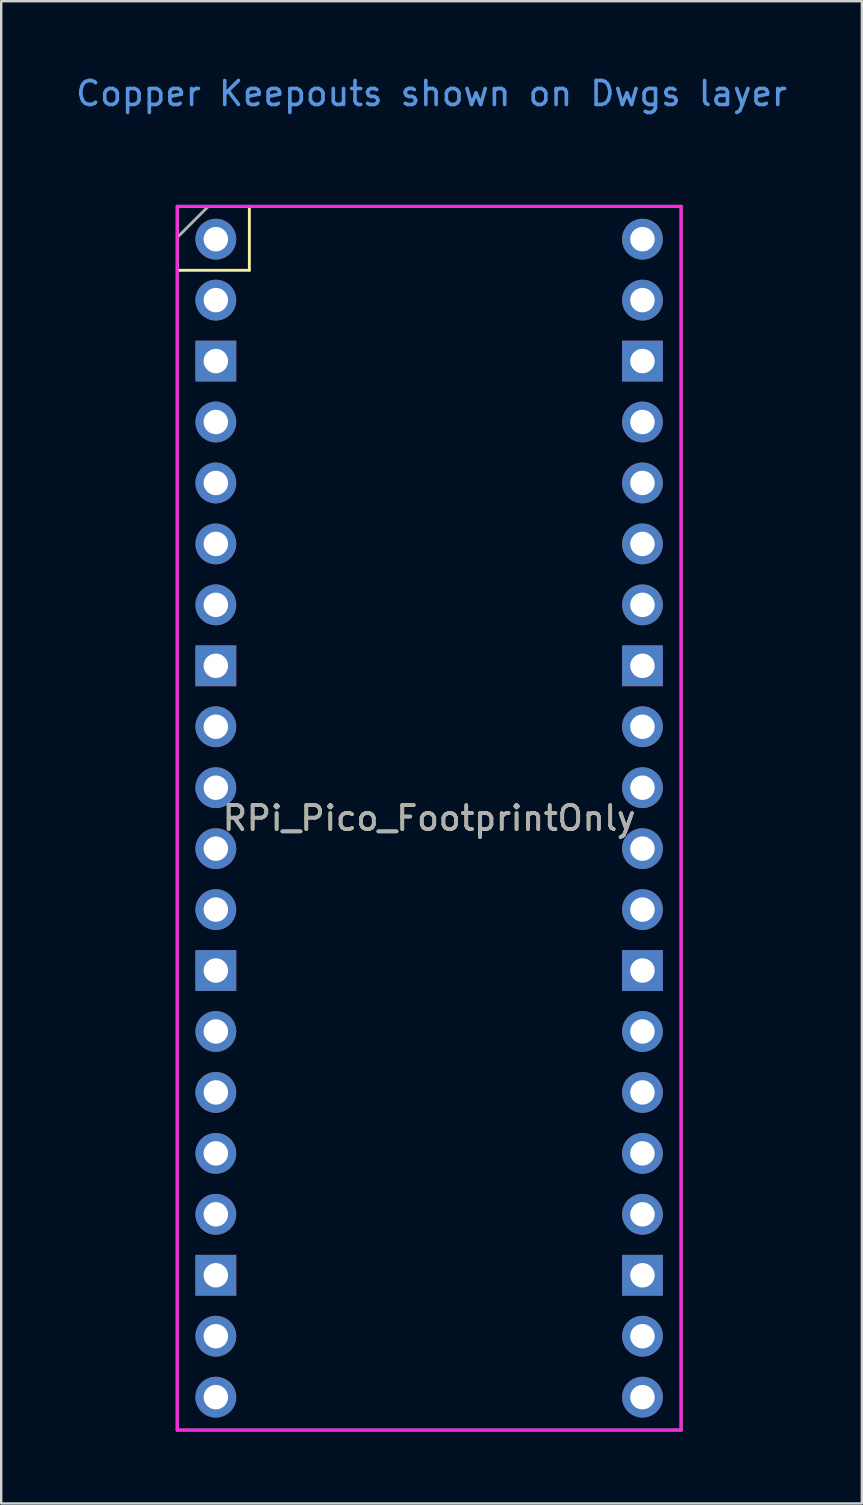
<source format=kicad_pcb>
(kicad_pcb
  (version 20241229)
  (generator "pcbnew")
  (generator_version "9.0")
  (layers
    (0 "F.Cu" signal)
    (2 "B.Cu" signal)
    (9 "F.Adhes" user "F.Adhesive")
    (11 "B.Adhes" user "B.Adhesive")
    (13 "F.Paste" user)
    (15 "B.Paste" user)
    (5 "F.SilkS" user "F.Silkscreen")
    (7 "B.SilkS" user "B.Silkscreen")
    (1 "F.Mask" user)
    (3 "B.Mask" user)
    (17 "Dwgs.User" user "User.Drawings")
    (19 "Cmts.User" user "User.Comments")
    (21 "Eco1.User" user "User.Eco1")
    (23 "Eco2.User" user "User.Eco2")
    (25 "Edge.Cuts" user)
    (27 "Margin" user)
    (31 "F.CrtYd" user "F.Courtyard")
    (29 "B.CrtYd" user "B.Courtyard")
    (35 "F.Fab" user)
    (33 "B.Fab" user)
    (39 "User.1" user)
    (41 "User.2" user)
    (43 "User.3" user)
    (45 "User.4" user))
  (footprint "RPi_Pico_FootprintOnly"
    (layer "F.Cu")
    (at 14.835 31.048)
    (property "Reference" "RPi_Pico_FootprintOnly" (at 0 0 0) (layer "F.SilkS") (effects (font (size 1 1) (thickness 0.15))))
    (attr through_hole)
    (fp_line (start -10.5 -25.5) (end -10.5 -22.833) (stroke (width 0.1) (type default)) (layer "F.SilkS"))
    (fp_line (start -10.5 -25.5) (end -7.493 -25.5) (stroke (width 0.1) (type default)) (layer "F.SilkS"))
    (fp_line (start -10.5 -22.833) (end -7.493 -22.833) (stroke (width 0.12) (type solid)) (layer "F.SilkS"))
    (fp_line (start -7.493 -22.833) (end -7.493 -25.5) (stroke (width 0.12) (type solid)) (layer "F.SilkS"))
    (fp_line (start -10.5 -25.5) (end 10.5 -25.5) (stroke (width 0.12) (type solid)) (layer "F.CrtYd"))
    (fp_line (start -10.5 25.5) (end -10.5 -25.5) (stroke (width 0.12) (type solid)) (layer "F.CrtYd"))
    (fp_line (start 10.5 -25.5) (end 10.5 25.5) (stroke (width 0.12) (type solid)) (layer "F.CrtYd"))
    (fp_line (start 10.5 25.5) (end -10.5 25.5) (stroke (width 0.12) (type solid)) (layer "F.CrtYd"))
    (fp_line (start -10.5 -25.5) (end 10.5 -25.5) (stroke (width 0.12) (type solid)) (layer "F.Fab"))
    (fp_line (start -10.5 -24.2) (end -9.2 -25.5) (stroke (width 0.12) (type solid)) (layer "F.Fab"))
    (fp_line (start -10.5 25.5) (end -10.5 -25.5) (stroke (width 0.12) (type solid)) (layer "F.Fab"))
    (fp_line (start 10.5 -25.5) (end 10.5 25.5) (stroke (width 0.12) (type solid)) (layer "F.Fab"))
    (fp_line (start 10.5 25.5) (end -10.5 25.5) (stroke (width 0.12) (type solid)) (layer "F.Fab"))
    (fp_text user "Copper Keepouts shown on Dwgs layer" (at 0.1 -30.2 0) (layer "Cmts.User") (effects (font (size 1 1) (thickness 0.15))))
    (fp_text user "${REFERENCE}" (at 0 0 180) (layer "F.Fab") (effects (font (size 1 1) (thickness 0.15))))
    (pad "1" thru_hole oval (at -8.89 -24.13) (size 1.7 1.7) (drill 1.02) (layers "*.Cu" "*.Mask"))
    (pad "2" thru_hole oval (at -8.89 -21.59) (size 1.7 1.7) (drill 1.02) (layers "*.Cu" "*.Mask"))
    (pad "3" thru_hole rect (at -8.89 -19.05) (size 1.7 1.7) (drill 1.02) (layers "*.Cu" "*.Mask"))
    (pad "4" thru_hole oval (at -8.89 -16.51) (size 1.7 1.7) (drill 1.02) (layers "*.Cu" "*.Mask"))
    (pad "5" thru_hole oval (at -8.89 -13.97) (size 1.7 1.7) (drill 1.02) (layers "*.Cu" "*.Mask"))
    (pad "6" thru_hole oval (at -8.89 -11.43) (size 1.7 1.7) (drill 1.02) (layers "*.Cu" "*.Mask"))
    (pad "7" thru_hole oval (at -8.89 -8.89) (size 1.7 1.7) (drill 1.02) (layers "*.Cu" "*.Mask"))
    (pad "8" thru_hole rect (at -8.89 -6.35) (size 1.7 1.7) (drill 1.02) (layers "*.Cu" "*.Mask"))
    (pad "9" thru_hole oval (at -8.89 -3.81) (size 1.7 1.7) (drill 1.02) (layers "*.Cu" "*.Mask"))
    (pad "10" thru_hole oval (at -8.89 -1.27) (size 1.7 1.7) (drill 1.02) (layers "*.Cu" "*.Mask"))
    (pad "11" thru_hole oval (at -8.89 1.27) (size 1.7 1.7) (drill 1.02) (layers "*.Cu" "*.Mask"))
    (pad "12" thru_hole oval (at -8.89 3.81) (size 1.7 1.7) (drill 1.02) (layers "*.Cu" "*.Mask"))
    (pad "13" thru_hole rect (at -8.89 6.35) (size 1.7 1.7) (drill 1.02) (layers "*.Cu" "*.Mask"))
    (pad "14" thru_hole oval (at -8.89 8.89) (size 1.7 1.7) (drill 1.02) (layers "*.Cu" "*.Mask"))
    (pad "15" thru_hole oval (at -8.89 11.43) (size 1.7 1.7) (drill 1.02) (layers "*.Cu" "*.Mask"))
    (pad "16" thru_hole oval (at -8.89 13.97) (size 1.7 1.7) (drill 1.02) (layers "*.Cu" "*.Mask"))
    (pad "17" thru_hole oval (at -8.89 16.51) (size 1.7 1.7) (drill 1.02) (layers "*.Cu" "*.Mask"))
    (pad "18" thru_hole rect (at -8.89 19.05) (size 1.7 1.7) (drill 1.02) (layers "*.Cu" "*.Mask"))
    (pad "19" thru_hole oval (at -8.89 21.59) (size 1.7 1.7) (drill 1.02) (layers "*.Cu" "*.Mask"))
    (pad "20" thru_hole oval (at -8.89 24.13) (size 1.7 1.7) (drill 1.02) (layers "*.Cu" "*.Mask"))
    (pad "21" thru_hole oval (at 8.89 24.13) (size 1.7 1.7) (drill 1.02) (layers "*.Cu" "*.Mask"))
    (pad "22" thru_hole oval (at 8.89 21.59) (size 1.7 1.7) (drill 1.02) (layers "*.Cu" "*.Mask"))
    (pad "23" thru_hole rect (at 8.89 19.05) (size 1.7 1.7) (drill 1.02) (layers "*.Cu" "*.Mask"))
    (pad "24" thru_hole oval (at 8.89 16.51) (size 1.7 1.7) (drill 1.02) (layers "*.Cu" "*.Mask"))
    (pad "25" thru_hole oval (at 8.89 13.97) (size 1.7 1.7) (drill 1.02) (layers "*.Cu" "*.Mask"))
    (pad "26" thru_hole oval (at 8.89 11.43) (size 1.7 1.7) (drill 1.02) (layers "*.Cu" "*.Mask"))
    (pad "27" thru_hole oval (at 8.89 8.89) (size 1.7 1.7) (drill 1.02) (layers "*.Cu" "*.Mask"))
    (pad "28" thru_hole rect (at 8.89 6.35) (size 1.7 1.7) (drill 1.02) (layers "*.Cu" "*.Mask"))
    (pad "29" thru_hole oval (at 8.89 3.81) (size 1.7 1.7) (drill 1.02) (layers "*.Cu" "*.Mask"))
    (pad "30" thru_hole oval (at 8.89 1.27) (size 1.7 1.7) (drill 1.02) (layers "*.Cu" "*.Mask"))
    (pad "31" thru_hole oval (at 8.89 -1.27) (size 1.7 1.7) (drill 1.02) (layers "*.Cu" "*.Mask"))
    (pad "32" thru_hole oval (at 8.89 -3.81) (size 1.7 1.7) (drill 1.02) (layers "*.Cu" "*.Mask"))
    (pad "33" thru_hole rect (at 8.89 -6.35) (size 1.7 1.7) (drill 1.02) (layers "*.Cu" "*.Mask"))
    (pad "34" thru_hole oval (at 8.89 -8.89) (size 1.7 1.7) (drill 1.02) (layers "*.Cu" "*.Mask"))
    (pad "35" thru_hole oval (at 8.89 -11.43) (size 1.7 1.7) (drill 1.02) (layers "*.Cu" "*.Mask"))
    (pad "36" thru_hole oval (at 8.89 -13.97) (size 1.7 1.7) (drill 1.02) (layers "*.Cu" "*.Mask"))
    (pad "37" thru_hole oval (at 8.89 -16.51) (size 1.7 1.7) (drill 1.02) (layers "*.Cu" "*.Mask"))
    (pad "38" thru_hole rect (at 8.89 -19.05) (size 1.7 1.7) (drill 1.02) (layers "*.Cu" "*.Mask"))
    (pad "39" thru_hole oval (at 8.89 -21.59) (size 1.7 1.7) (drill 1.02) (layers "*.Cu" "*.Mask"))
    (pad "40" thru_hole oval (at 8.89 -24.13) (size 1.7 1.7) (drill 1.02) (layers "*.Cu" "*.Mask")))
  (gr_rect
    (start -3 -3)
    (end 32.869 59.608)
    (stroke (width 0.1) (type default))
    (fill no)
    (layer "Edge.Cuts")))
</source>
